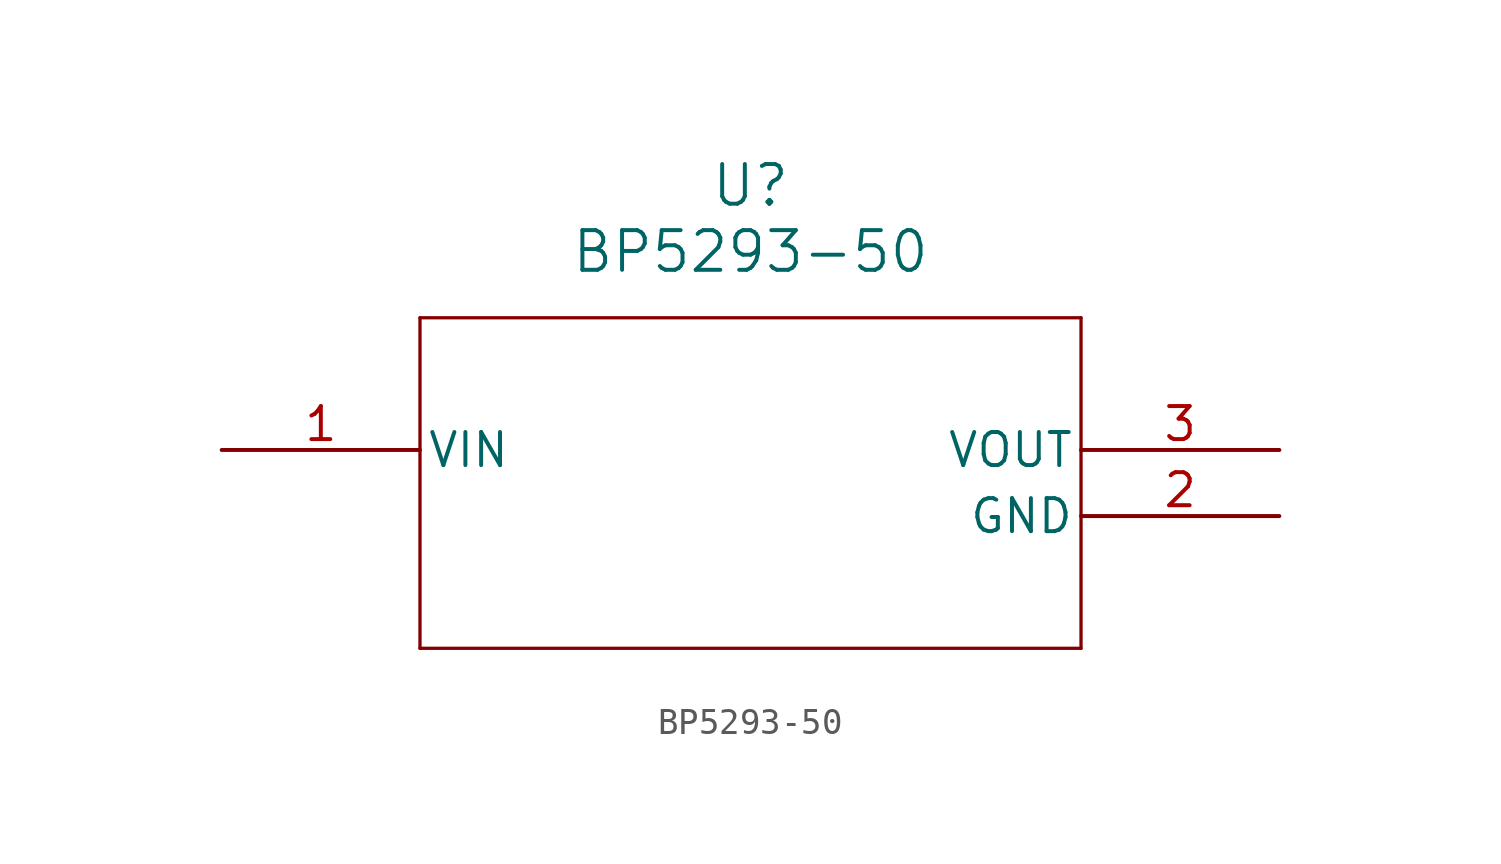
<source format=kicad_sym>
(kicad_symbol_lib
  (version 20211014)
  (generator kicad_symbol_editor)
  (symbol "BP5293-50"
    (pin_names
      (offset 0.254))
    (property "Reference" "U"
      (at 20.32 10.16 0)
      (effects (font (size 1.524 1.524))))
    (property "Value" "BP5293-50"
      (at 20.32 7.62 0)
      (effects (font (size 1.524 1.524))))
    (symbol "BP5293-50_0_1"
      (polyline (pts (xy 7.62 5.08) (xy 7.62 -7.62)) (stroke (width 0.127) (type default) (color 0 0 0 0)) (fill (type none)))
      (polyline (pts (xy 7.62 -7.62) (xy 33.02 -7.62)) (stroke (width 0.127) (type default) (color 0 0 0 0)) (fill (type none)))
      (polyline (pts (xy 33.02 -7.62) (xy 33.02 5.08)) (stroke (width 0.127) (type default) (color 0 0 0 0)) (fill (type none)))
      (polyline (pts (xy 33.02 5.08) (xy 7.62 5.08)) (stroke (width 0.127) (type default) (color 0 0 0 0)) (fill (type none)))
      (pin unspecified line (at 0 0 0) (length 7.62) (name "VIN" (effects (font (size 1.27 1.27)))) (number "1" (effects (font (size 1.27 1.27)))))
      (pin power_out line (at 40.64 -2.54 180) (length 7.62) (name "GND" (effects (font (size 1.27 1.27)))) (number "2" (effects (font (size 1.27 1.27)))))
      (pin output line (at 40.64 0 180) (length 7.62) (name "VOUT" (effects (font (size 1.27 1.27)))) (number "3" (effects (font (size 1.27 1.27))))))))
</source>
